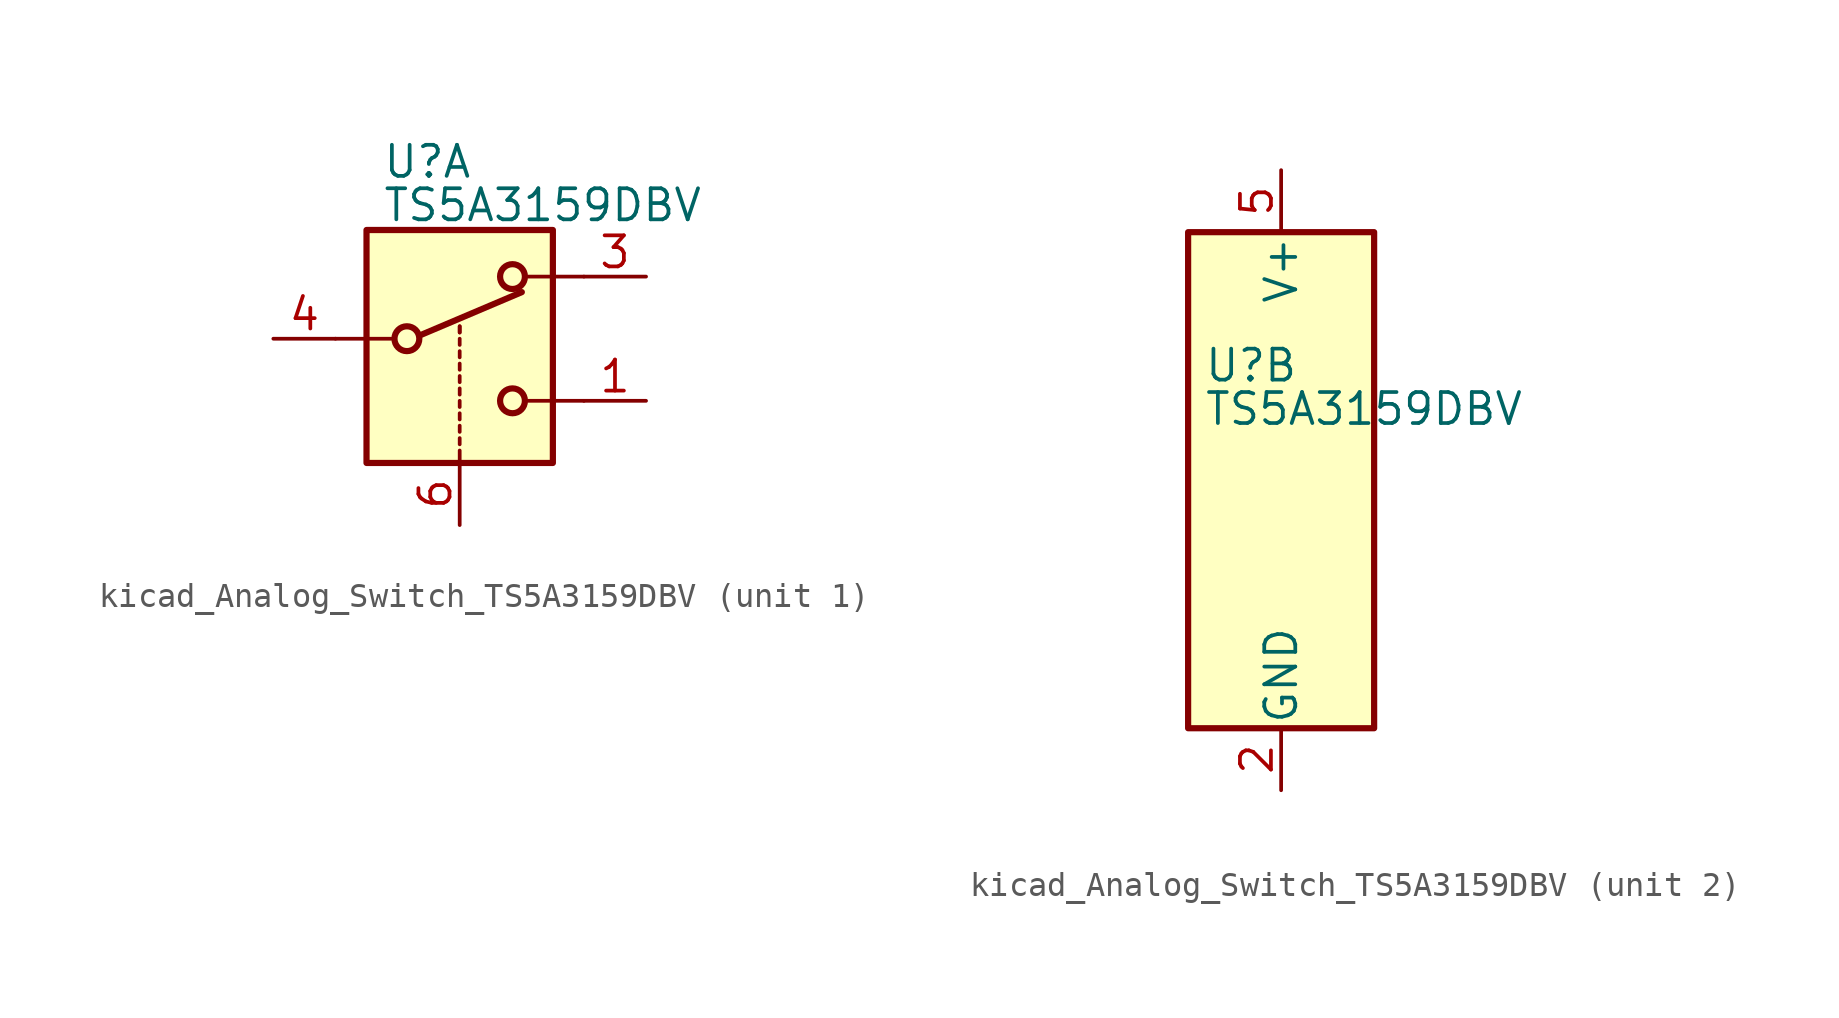
<source format=kicad_sym>
(kicad_symbol_lib
  (version 20220914)
  (generator kicad_symbol_editor)
  (symbol "kicad_Analog_Switch_TS5A3159DBV"
    (pin_names
      (offset 0.127))
    (property "Reference" "U"
      (at -3.175 4.699 0)
      (effects (font (size 1.27 1.27)) (justify left)))
    (property "Value" "TS5A3159DBV"
      (at -3.175 2.921 0)
      (effects (font (size 1.27 1.27)) (justify left)))
    (symbol "kicad_Analog_Switch_TS5A3159DBV_1_1"
      (rectangle (start -3.81 1.905) (end 3.81 -7.62) (stroke (width 0.254) (type default)) (fill (type background)))
      (circle (center -2.159 -2.54) (radius 0.508) (stroke (width 0.254) (type default)) (fill (type none)))
      (polyline (pts (xy -5.08 -2.54) (xy -2.794 -2.54)) (stroke (width 0) (type default)) (fill (type none)))
      (polyline (pts (xy -1.651 -2.413) (xy 2.54 -0.635)) (stroke (width 0.254) (type default)) (fill (type none)))
      (polyline (pts (xy 0 -7.62) (xy 0 -7.112)) (stroke (width 0) (type default)) (fill (type none)))
      (polyline (pts (xy 0 -6.858) (xy 0 -6.604)) (stroke (width 0) (type default)) (fill (type none)))
      (polyline (pts (xy 0 -6.35) (xy 0 -6.096)) (stroke (width 0) (type default)) (fill (type none)))
      (polyline (pts (xy 0 -5.842) (xy 0 -5.588)) (stroke (width 0) (type default)) (fill (type none)))
      (polyline (pts (xy 0 -5.334) (xy 0 -5.08)) (stroke (width 0) (type default)) (fill (type none)))
      (polyline (pts (xy 0 -4.826) (xy 0 -4.572)) (stroke (width 0) (type default)) (fill (type none)))
      (polyline (pts (xy 0 -4.318) (xy 0 -4.064)) (stroke (width 0) (type default)) (fill (type none)))
      (polyline (pts (xy 0 -3.81) (xy 0 -3.556)) (stroke (width 0) (type default)) (fill (type none)))
      (polyline (pts (xy 0 -3.302) (xy 0 -3.048)) (stroke (width 0) (type default)) (fill (type none)))
      (polyline (pts (xy 0 -2.794) (xy 0 -2.54)) (stroke (width 0) (type default)) (fill (type none)))
      (polyline (pts (xy 0 -2.286) (xy 0 -2.032)) (stroke (width 0) (type default)) (fill (type none)))
      (polyline (pts (xy 0 -2.286) (xy 0 -2.032)) (stroke (width 0) (type default)) (fill (type none)))
      (polyline (pts (xy 5.08 -5.08) (xy 2.794 -5.08)) (stroke (width 0) (type default)) (fill (type none)))
      (polyline (pts (xy 5.08 0) (xy 2.794 0)) (stroke (width 0) (type default)) (fill (type none)))
      (circle (center 2.159 -5.08) (radius 0.508) (stroke (width 0.254) (type default)) (fill (type none)))
      (circle (center 2.159 0) (radius 0.508) (stroke (width 0.254) (type default)) (fill (type none)))
      (pin passive line (at 7.62 -5.08 180) (length 2.54) (name "~" (effects (font (size 1.27 1.27)))) (number "1" (effects (font (size 1.27 1.27)))))
      (pin passive line (at 7.62 0 180) (length 2.54) (name "~" (effects (font (size 1.27 1.27)))) (number "3" (effects (font (size 1.27 1.27)))))
      (pin passive line (at -7.62 -2.54 0) (length 2.54) (name "~" (effects (font (size 1.27 1.27)))) (number "4" (effects (font (size 1.27 1.27)))))
      (pin input line (at 0 -10.16 90) (length 2.54) (name "~" (effects (font (size 1.27 1.27)))) (number "6" (effects (font (size 1.27 1.27))))))
    (symbol "kicad_Analog_Switch_TS5A3159DBV_2_0"
      (pin power_in line (at 0 -12.7 90) (length 2.54) (name "GND" (effects (font (size 1.27 1.27)))) (number "2" (effects (font (size 1.27 1.27)))))
      (pin power_in line (at 0 12.7 270) (length 2.54) (name "V+" (effects (font (size 1.27 1.27)))) (number "5" (effects (font (size 1.27 1.27))))))
    (symbol "kicad_Analog_Switch_TS5A3159DBV_2_1"
      (rectangle (start -3.81 10.16) (end 3.81 -10.16) (stroke (width 0.254) (type default)) (fill (type background))))))
</source>
